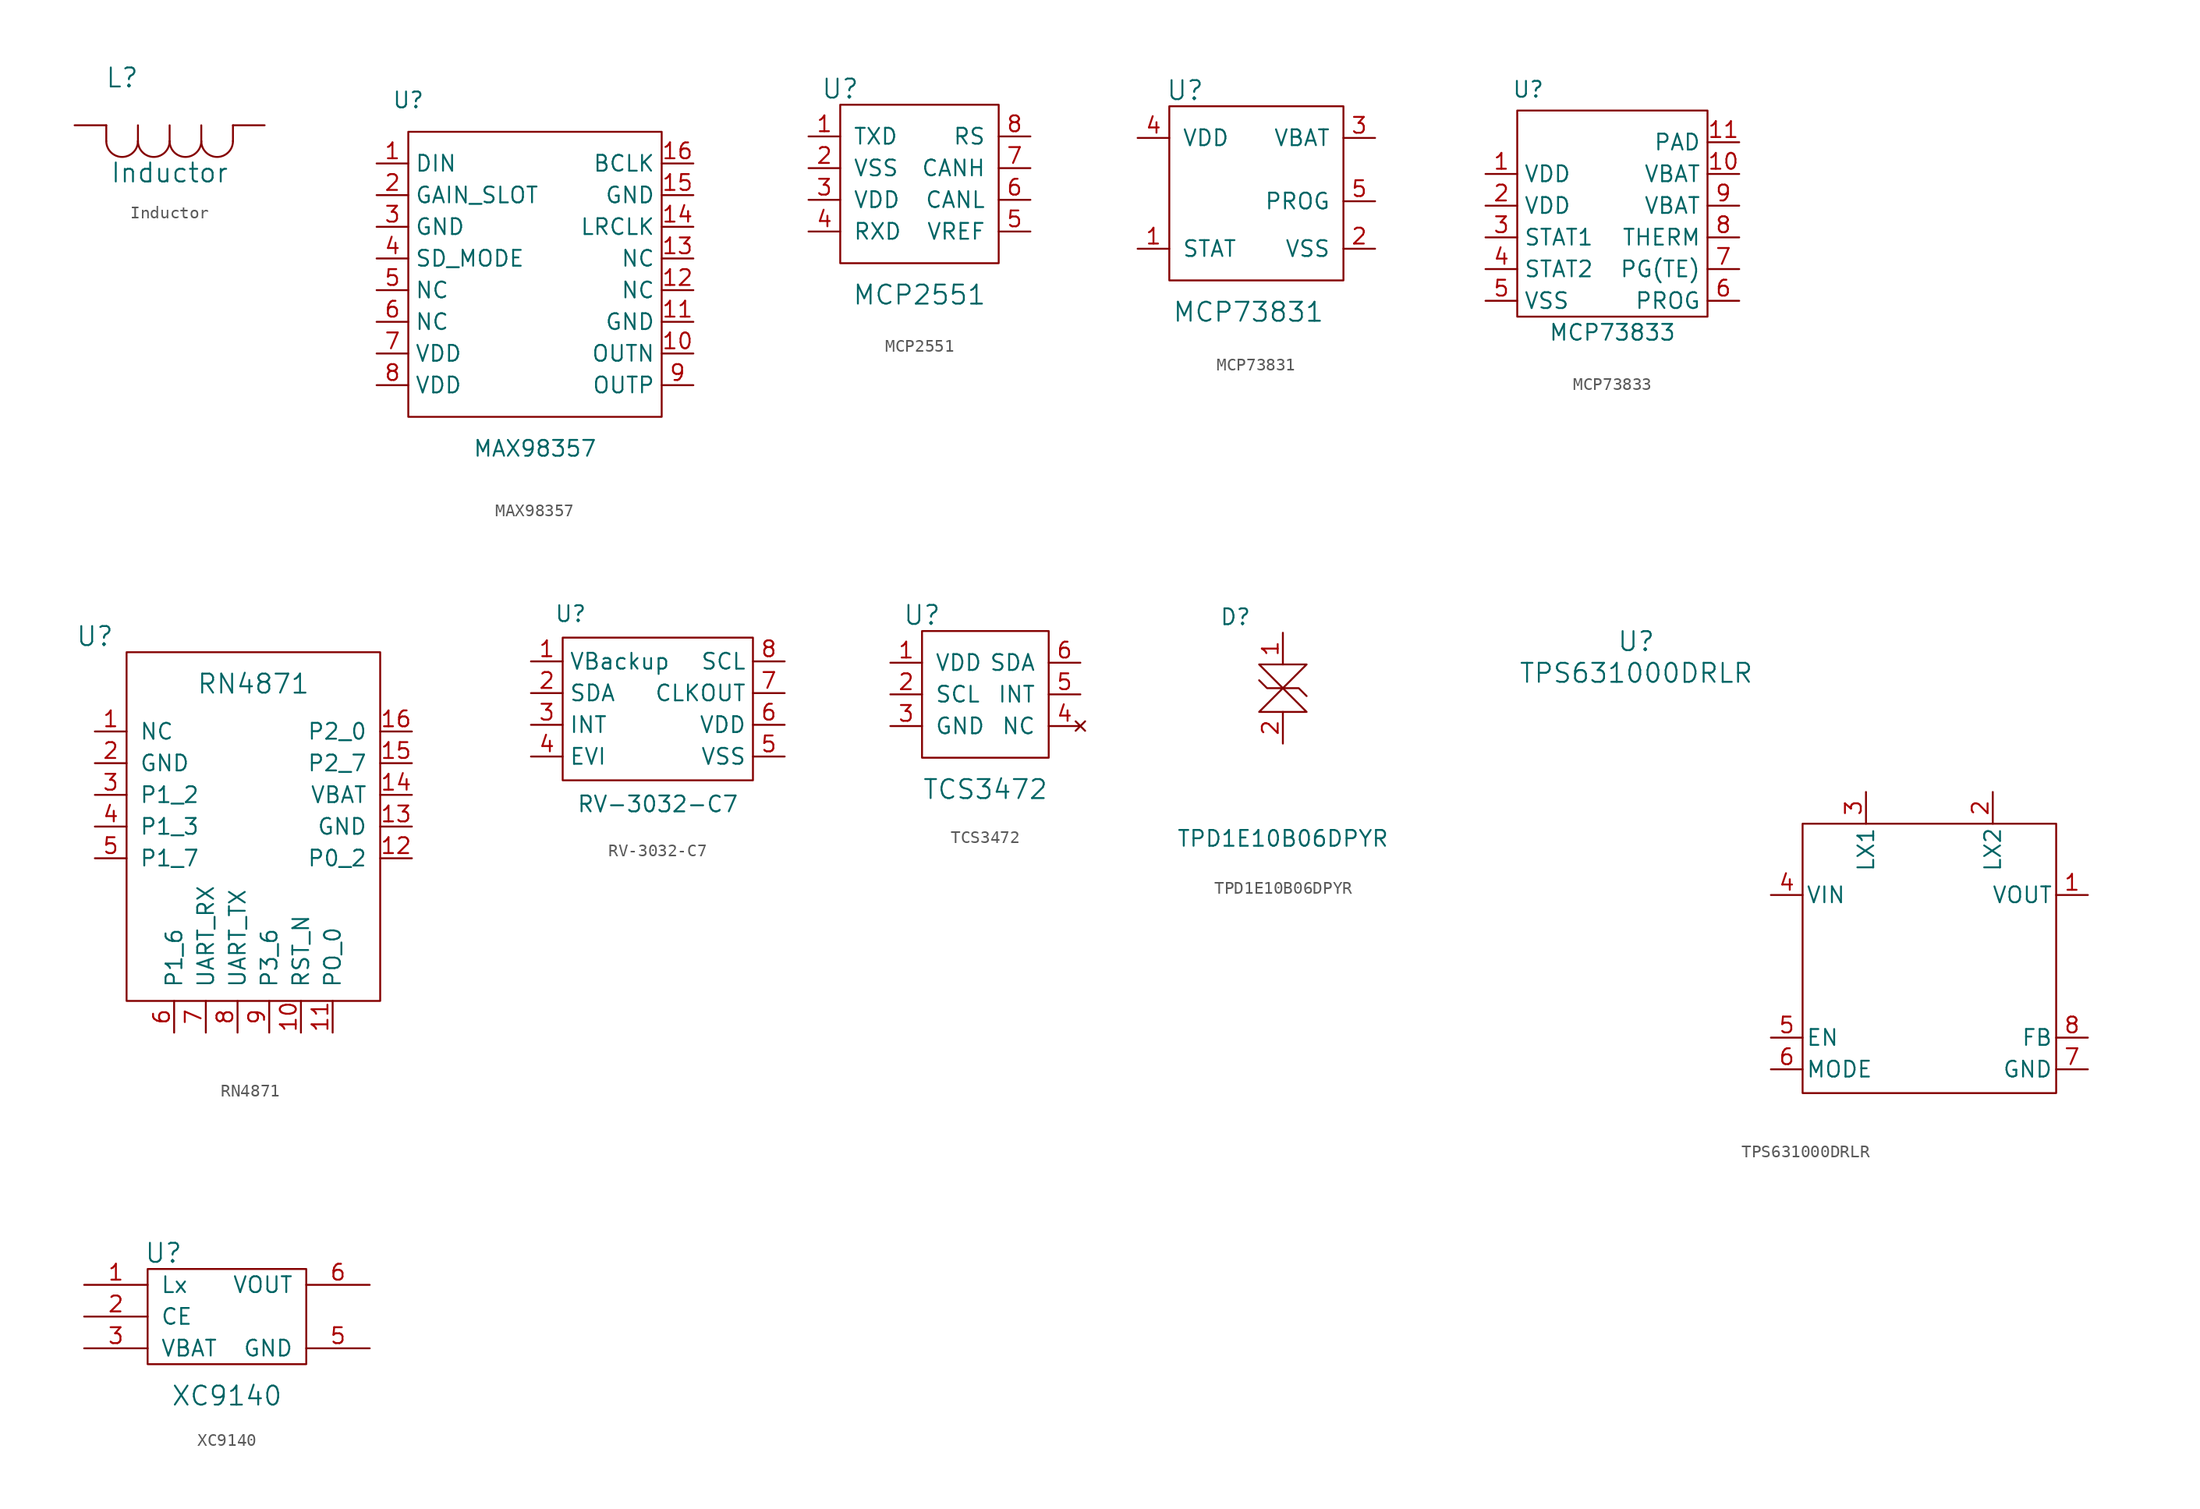
<source format=kicad_sym>
(kicad_symbol_lib
  (version 20231120)
  (generator "kicad_symbol_editor")
  (generator_version "8.0")
  (symbol "Inductor"
    (pin_names
      (offset 1.016))
    (property "Reference" "L"
      (at -3.81 3.81 0)
      (effects (font (size 1.524 1.524))))
    (property "Value" "Inductor"
      (at 0 -3.81 0)
      (effects (font (size 1.524 1.524))))
    (symbol "Inductor_0_1"
      (arc (start -5.08 -1.27) (mid -3.81 -2.5344) (end -2.54 -1.27) (stroke (width 0) (type default)) (fill (type none)))
      (arc (start -2.54 -1.27) (mid -1.27 -2.5344) (end 0 -1.27) (stroke (width 0) (type default)) (fill (type none)))
      (arc (start 0 -1.27) (mid 1.27 -2.5344) (end 2.54 -1.27) (stroke (width 0) (type default)) (fill (type none)))
      (polyline (pts (xy -5.08 0) (xy -5.08 -1.27)) (stroke (width 0) (type default)) (fill (type none)))
      (polyline (pts (xy -2.54 -1.27) (xy -2.54 0)) (stroke (width 0) (type default)) (fill (type none)))
      (polyline (pts (xy 0 -1.27) (xy 0 0)) (stroke (width 0) (type default)) (fill (type none)))
      (polyline (pts (xy 2.54 -1.27) (xy 2.54 0)) (stroke (width 0) (type default)) (fill (type none)))
      (polyline (pts (xy 5.08 -1.27) (xy 5.08 0)) (stroke (width 0) (type default)) (fill (type none)))
      (arc (start 2.54 -1.27) (mid 3.81 -2.5344) (end 5.08 -1.27) (stroke (width 0) (type default)) (fill (type none))))
    (symbol "Inductor_1_1"
      (pin input line (at -7.62 0 0) (length 2.54) (name "~" (effects (font (size 1.27 1.27)))) (number "1" (effects (font (size 0 0)))))
      (pin input line (at 7.62 0 180) (length 2.54) (name "~" (effects (font (size 1.27 1.27)))) (number "2" (effects (font (size 0 0)))))))
  (symbol "MAX98357"
    (property "Reference" "U"
      (at -10.16 12.7 0)
      (effects (font (size 1.27 1.27))))
    (property "Value" "MAX98357"
      (at 0 -15.24 0)
      (effects (font (size 1.27 1.27))))
    (symbol "MAX98357_0_1"
      (rectangle (start -10.16 10.16) (end 10.16 -12.7) (stroke (width 0) (type default)) (fill (type none))))
    (symbol "MAX98357_1_1"
      (pin input line (at -12.7 7.62 0) (length 2.54) (name "DIN" (effects (font (size 1.27 1.27)))) (number "1" (effects (font (size 1.27 1.27)))))
      (pin input line (at 12.7 -7.62 180) (length 2.54) (name "OUTN" (effects (font (size 1.27 1.27)))) (number "10" (effects (font (size 1.27 1.27)))))
      (pin input line (at 12.7 -5.08 180) (length 2.54) (name "GND" (effects (font (size 1.27 1.27)))) (number "11" (effects (font (size 1.27 1.27)))))
      (pin input line (at 12.7 -2.54 180) (length 2.54) (name "NC" (effects (font (size 1.27 1.27)))) (number "12" (effects (font (size 1.27 1.27)))))
      (pin input line (at 12.7 0 180) (length 2.54) (name "NC" (effects (font (size 1.27 1.27)))) (number "13" (effects (font (size 1.27 1.27)))))
      (pin input line (at 12.7 2.54 180) (length 2.54) (name "LRCLK" (effects (font (size 1.27 1.27)))) (number "14" (effects (font (size 1.27 1.27)))))
      (pin input line (at 12.7 5.08 180) (length 2.54) (name "GND" (effects (font (size 1.27 1.27)))) (number "15" (effects (font (size 1.27 1.27)))))
      (pin input line (at 12.7 7.62 180) (length 2.54) (name "BCLK" (effects (font (size 1.27 1.27)))) (number "16" (effects (font (size 1.27 1.27)))))
      (pin input line (at -12.7 5.08 0) (length 2.54) (name "GAIN_SLOT" (effects (font (size 1.27 1.27)))) (number "2" (effects (font (size 1.27 1.27)))))
      (pin input line (at -12.7 2.54 0) (length 2.54) (name "GND" (effects (font (size 1.27 1.27)))) (number "3" (effects (font (size 1.27 1.27)))))
      (pin input line (at -12.7 0 0) (length 2.54) (name "SD_MODE" (effects (font (size 1.27 1.27)))) (number "4" (effects (font (size 1.27 1.27)))))
      (pin input line (at -12.7 -2.54 0) (length 2.54) (name "NC" (effects (font (size 1.27 1.27)))) (number "5" (effects (font (size 1.27 1.27)))))
      (pin input line (at -12.7 -5.08 0) (length 2.54) (name "NC" (effects (font (size 1.27 1.27)))) (number "6" (effects (font (size 1.27 1.27)))))
      (pin input line (at -12.7 -7.62 0) (length 2.54) (name "VDD" (effects (font (size 1.27 1.27)))) (number "7" (effects (font (size 1.27 1.27)))))
      (pin input line (at -12.7 -10.16 0) (length 2.54) (name "VDD" (effects (font (size 1.27 1.27)))) (number "8" (effects (font (size 1.27 1.27)))))
      (pin input line (at 12.7 -10.16 180) (length 2.54) (name "OUTP" (effects (font (size 1.27 1.27)))) (number "9" (effects (font (size 1.27 1.27)))))))
  (symbol "MCP2551"
    (pin_names
      (offset 1.016))
    (property "Reference" "U"
      (at -6.35 7.62 0)
      (effects (font (size 1.524 1.524))))
    (property "Value" "MCP2551"
      (at 0 -8.89 0)
      (effects (font (size 1.524 1.524))))
    (symbol "MCP2551_0_1"
      (rectangle (start -6.35 6.35) (end 6.35 -6.35) (stroke (width 0) (type default)) (fill (type none))))
    (symbol "MCP2551_1_1"
      (pin input line (at -8.89 3.81 0) (length 2.54) (name "TXD" (effects (font (size 1.27 1.27)))) (number "1" (effects (font (size 1.27 1.27)))))
      (pin input line (at -8.89 1.27 0) (length 2.54) (name "VSS" (effects (font (size 1.27 1.27)))) (number "2" (effects (font (size 1.27 1.27)))))
      (pin input line (at -8.89 -1.27 0) (length 2.54) (name "VDD" (effects (font (size 1.27 1.27)))) (number "3" (effects (font (size 1.27 1.27)))))
      (pin input line (at -8.89 -3.81 0) (length 2.54) (name "RXD" (effects (font (size 1.27 1.27)))) (number "4" (effects (font (size 1.27 1.27)))))
      (pin input line (at 8.89 -3.81 180) (length 2.54) (name "VREF" (effects (font (size 1.27 1.27)))) (number "5" (effects (font (size 1.27 1.27)))))
      (pin input line (at 8.89 -1.27 180) (length 2.54) (name "CANL" (effects (font (size 1.27 1.27)))) (number "6" (effects (font (size 1.27 1.27)))))
      (pin input line (at 8.89 1.27 180) (length 2.54) (name "CANH" (effects (font (size 1.27 1.27)))) (number "7" (effects (font (size 1.27 1.27)))))
      (pin input line (at 8.89 3.81 180) (length 2.54) (name "RS" (effects (font (size 1.27 1.27)))) (number "8" (effects (font (size 1.27 1.27)))))))
  (symbol "MCP73831"
    (pin_names
      (offset 1.016))
    (property "Reference" "U"
      (at -5.08 8.89 0)
      (effects (font (size 1.524 1.524))))
    (property "Value" "MCP73831"
      (at 0 -8.89 0)
      (effects (font (size 1.524 1.524))))
    (symbol "MCP73831_0_1"
      (rectangle (start -6.35 7.62) (end 7.62 -6.35) (stroke (width 0) (type default)) (fill (type none))))
    (symbol "MCP73831_1_1"
      (pin input line (at -8.89 -3.81 0) (length 2.54) (name "STAT" (effects (font (size 1.27 1.27)))) (number "1" (effects (font (size 1.27 1.27)))))
      (pin input line (at 10.16 -3.81 180) (length 2.54) (name "VSS" (effects (font (size 1.27 1.27)))) (number "2" (effects (font (size 1.27 1.27)))))
      (pin input line (at 10.16 5.08 180) (length 2.54) (name "VBAT" (effects (font (size 1.27 1.27)))) (number "3" (effects (font (size 1.27 1.27)))))
      (pin input line (at -8.89 5.08 0) (length 2.54) (name "VDD" (effects (font (size 1.27 1.27)))) (number "4" (effects (font (size 1.27 1.27)))))
      (pin input line (at 10.16 0 180) (length 2.54) (name "PROG" (effects (font (size 1.27 1.27)))) (number "5" (effects (font (size 1.27 1.27)))))))
  (symbol "MCP73833"
    (property "Reference" "U"
      (at -6.741 11.845 0)
      (effects (font (size 1.27 1.27))))
    (property "Value" "MCP73833"
      (at 0 -7.62 0)
      (effects (font (size 1.27 1.27))))
    (symbol "MCP73833_0_1"
      (rectangle (start -7.62 10.16) (end 7.62 -6.35) (stroke (width 0) (type default)) (fill (type none))))
    (symbol "MCP73833_1_1"
      (pin input line (at -10.16 5.08 0) (length 2.54) (name "VDD" (effects (font (size 1.27 1.27)))) (number "1" (effects (font (size 1.27 1.27)))))
      (pin input line (at 10.16 5.08 180) (length 2.54) (name "VBAT" (effects (font (size 1.27 1.27)))) (number "10" (effects (font (size 1.27 1.27)))))
      (pin input line (at 10.16 7.62 180) (length 2.54) (name "PAD" (effects (font (size 1.27 1.27)))) (number "11" (effects (font (size 1.27 1.27)))))
      (pin input line (at -10.16 2.54 0) (length 2.54) (name "VDD" (effects (font (size 1.27 1.27)))) (number "2" (effects (font (size 1.27 1.27)))))
      (pin input line (at -10.16 0 0) (length 2.54) (name "STAT1" (effects (font (size 1.27 1.27)))) (number "3" (effects (font (size 1.27 1.27)))))
      (pin input line (at -10.16 -2.54 0) (length 2.54) (name "STAT2" (effects (font (size 1.27 1.27)))) (number "4" (effects (font (size 1.27 1.27)))))
      (pin input line (at -10.16 -5.08 0) (length 2.54) (name "VSS" (effects (font (size 1.27 1.27)))) (number "5" (effects (font (size 1.27 1.27)))))
      (pin input line (at 10.16 -5.08 180) (length 2.54) (name "PROG" (effects (font (size 1.27 1.27)))) (number "6" (effects (font (size 1.27 1.27)))))
      (pin input line (at 10.16 -2.54 180) (length 2.54) (name "PG(TE)" (effects (font (size 1.27 1.27)))) (number "7" (effects (font (size 1.27 1.27)))))
      (pin input line (at 10.16 0 180) (length 2.54) (name "THERM" (effects (font (size 1.27 1.27)))) (number "8" (effects (font (size 1.27 1.27)))))
      (pin input line (at 10.16 2.54 180) (length 2.54) (name "VBAT" (effects (font (size 1.27 1.27)))) (number "9" (effects (font (size 1.27 1.27)))))))
  (symbol "RN4871"
    (pin_names
      (offset 1.016))
    (property "Reference" "U"
      (at -8.89 16.51 0)
      (effects (font (size 1.524 1.524))))
    (property "Value" "RN4871"
      (at 3.81 12.7 0)
      (effects (font (size 1.524 1.524))))
    (symbol "RN4871_0_1"
      (rectangle (start 13.97 -12.7) (end -6.35 15.24) (stroke (width 0) (type default)) (fill (type none))))
    (symbol "RN4871_1_1"
      (pin input line (at -8.89 8.89 0) (length 2.54) (name "NC" (effects (font (size 1.27 1.27)))) (number "1" (effects (font (size 1.27 1.27)))))
      (pin input line (at 7.62 -15.24 90) (length 2.54) (name "RST_N" (effects (font (size 1.27 1.27)))) (number "10" (effects (font (size 1.27 1.27)))))
      (pin input line (at 10.16 -15.24 90) (length 2.54) (name "PO_0" (effects (font (size 1.27 1.27)))) (number "11" (effects (font (size 1.27 1.27)))))
      (pin input line (at 16.51 -1.27 180) (length 2.54) (name "P0_2" (effects (font (size 1.27 1.27)))) (number "12" (effects (font (size 1.27 1.27)))))
      (pin input line (at 16.51 1.27 180) (length 2.54) (name "GND" (effects (font (size 1.27 1.27)))) (number "13" (effects (font (size 1.27 1.27)))))
      (pin input line (at 16.51 3.81 180) (length 2.54) (name "VBAT" (effects (font (size 1.27 1.27)))) (number "14" (effects (font (size 1.27 1.27)))))
      (pin input line (at 16.51 6.35 180) (length 2.54) (name "P2_7" (effects (font (size 1.27 1.27)))) (number "15" (effects (font (size 1.27 1.27)))))
      (pin input line (at 16.51 8.89 180) (length 2.54) (name "P2_0" (effects (font (size 1.27 1.27)))) (number "16" (effects (font (size 1.27 1.27)))))
      (pin input line (at -8.89 6.35 0) (length 2.54) (name "GND" (effects (font (size 1.27 1.27)))) (number "2" (effects (font (size 1.27 1.27)))))
      (pin input line (at -8.89 3.81 0) (length 2.54) (name "P1_2" (effects (font (size 1.27 1.27)))) (number "3" (effects (font (size 1.27 1.27)))))
      (pin input line (at -8.89 1.27 0) (length 2.54) (name "P1_3" (effects (font (size 1.27 1.27)))) (number "4" (effects (font (size 1.27 1.27)))))
      (pin input line (at -8.89 -1.27 0) (length 2.54) (name "P1_7" (effects (font (size 1.27 1.27)))) (number "5" (effects (font (size 1.27 1.27)))))
      (pin input line (at -2.54 -15.24 90) (length 2.54) (name "P1_6" (effects (font (size 1.27 1.27)))) (number "6" (effects (font (size 1.27 1.27)))))
      (pin input line (at 0 -15.24 90) (length 2.54) (name "UART_RX" (effects (font (size 1.27 1.27)))) (number "7" (effects (font (size 1.27 1.27)))))
      (pin input line (at 2.54 -15.24 90) (length 2.54) (name "UART_TX" (effects (font (size 1.27 1.27)))) (number "8" (effects (font (size 1.27 1.27)))))
      (pin input line (at 5.08 -15.24 90) (length 2.54) (name "P3_6" (effects (font (size 1.27 1.27)))) (number "9" (effects (font (size 1.27 1.27)))))))
  (symbol "RV-3032-C7"
    (property "Reference" "U"
      (at -6.985 7.62 0)
      (effects (font (size 1.27 1.27))))
    (property "Value" "RV-3032-C7"
      (at 0 -7.62 0)
      (effects (font (size 1.27 1.27))))
    (symbol "RV-3032-C7_0_1"
      (rectangle (start -7.62 5.715) (end 7.62 -5.715) (stroke (width 0) (type default)) (fill (type none))))
    (symbol "RV-3032-C7_1_1"
      (pin input line (at -10.16 3.81 0) (length 2.54) (name "VBackup" (effects (font (size 1.27 1.27)))) (number "1" (effects (font (size 1.27 1.27)))))
      (pin input line (at -10.16 1.27 0) (length 2.54) (name "SDA" (effects (font (size 1.27 1.27)))) (number "2" (effects (font (size 1.27 1.27)))))
      (pin input line (at -10.16 -1.27 0) (length 2.54) (name "INT" (effects (font (size 1.27 1.27)))) (number "3" (effects (font (size 1.27 1.27)))))
      (pin input line (at -10.16 -3.81 0) (length 2.54) (name "EVI" (effects (font (size 1.27 1.27)))) (number "4" (effects (font (size 1.27 1.27)))))
      (pin input line (at 10.16 -3.81 180) (length 2.54) (name "VSS" (effects (font (size 1.27 1.27)))) (number "5" (effects (font (size 1.27 1.27)))))
      (pin input line (at 10.16 -1.27 180) (length 2.54) (name "VDD" (effects (font (size 1.27 1.27)))) (number "6" (effects (font (size 1.27 1.27)))))
      (pin input line (at 10.16 1.27 180) (length 2.54) (name "CLKOUT" (effects (font (size 1.27 1.27)))) (number "7" (effects (font (size 1.27 1.27)))))
      (pin input line (at 10.16 3.81 180) (length 2.54) (name "SCL" (effects (font (size 1.27 1.27)))) (number "8" (effects (font (size 1.27 1.27)))))))
  (symbol "TCS3472"
    (pin_names
      (offset 1.016))
    (property "Reference" "U"
      (at -5.08 7.62 0)
      (effects (font (size 1.524 1.524))))
    (property "Value" "TCS3472"
      (at 0 -6.35 0)
      (effects (font (size 1.524 1.524))))
    (symbol "TCS3472_0_1"
      (rectangle (start -5.08 6.35) (end 5.08 -3.81) (stroke (width 0) (type default)) (fill (type none))))
    (symbol "TCS3472_1_1"
      (pin input line (at -7.62 3.81 0) (length 2.54) (name "VDD" (effects (font (size 1.27 1.27)))) (number "1" (effects (font (size 1.27 1.27)))))
      (pin input line (at -7.62 1.27 0) (length 2.54) (name "SCL" (effects (font (size 1.27 1.27)))) (number "2" (effects (font (size 1.27 1.27)))))
      (pin unspecified line (at -7.62 -1.27 0) (length 2.54) (name "GND" (effects (font (size 1.27 1.27)))) (number "3" (effects (font (size 1.27 1.27)))))
      (pin no_connect line (at 7.62 -1.27 180) (length 2.54) (name "NC" (effects (font (size 1.27 1.27)))) (number "4" (effects (font (size 1.27 1.27)))))
      (pin output line (at 7.62 1.27 180) (length 2.54) (name "INT" (effects (font (size 1.27 1.27)))) (number "5" (effects (font (size 1.27 1.27)))))
      (pin bidirectional line (at 7.62 3.81 180) (length 2.54) (name "SDA" (effects (font (size 1.27 1.27)))) (number "6" (effects (font (size 1.27 1.27)))))))
  (symbol "TPD1E10B06DPYR"
    (property "Reference" "D"
      (at -3.81 5.715 0)
      (effects (font (size 1.27 1.27))))
    (property "Value" "TPD1E10B06DPYR"
      (at 0 -12.065 0)
      (effects (font (size 1.27 1.27))))
    (symbol "TPD1E10B06DPYR_0_1"
      (polyline (pts (xy 0 0) (xy 1.27 0) (xy 1.905 -0.635)) (stroke (width 0) (type default)) (fill (type none)))
      (polyline (pts (xy 0 0) (xy -1.905 1.905) (xy 1.905 1.905) (xy 0 0)) (stroke (width 0) (type default)) (fill (type none)))
      (polyline (pts (xy 0 0) (xy -1.905 -1.905) (xy 1.27 -1.905) (xy 1.905 -1.905) (xy 0 0) (xy -1.27 0) (xy -1.905 0.635)) (stroke (width 0) (type default)) (fill (type none))))
    (symbol "TPD1E10B06DPYR_1_1"
      (pin input line (at 0 4.445 270) (length 2.54) (name "" (effects (font (size 1.27 1.27)))) (number "1" (effects (font (size 1.27 1.27)))))
      (pin input line (at 0 -4.445 90) (length 2.54) (name "" (effects (font (size 1.27 1.27)))) (number "2" (effects (font (size 1.27 1.27)))))))
  (symbol "TPS631000DRLR"
    (pin_names
      (offset 0.254))
    (property "Reference" "U"
      (at -23.495 24.765 0)
      (effects (font (size 1.524 1.524))))
    (property "Value" "TPS631000DRLR"
      (at -23.495 22.225 0)
      (effects (font (size 1.524 1.524))))
    (property "ki_locked" ""
      (at 0 0 0)
      (effects (font (size 1.27 1.27))))
    (symbol "TPS631000DRLR_0_1"
      (rectangle (start -10.16 10.16) (end 10.16 -11.43) (stroke (width 0) (type default)) (fill (type none))))
    (symbol "TPS631000DRLR_1_1"
      (pin power_in line (at 12.7 4.445 180) (length 2.54) (name "VOUT" (effects (font (size 1.27 1.27)))) (number "1" (effects (font (size 1.27 1.27)))))
      (pin power_in line (at 5.08 12.7 270) (length 2.54) (name "LX2" (effects (font (size 1.27 1.27)))) (number "2" (effects (font (size 1.27 1.27)))))
      (pin power_in line (at -5.08 12.7 270) (length 2.54) (name "LX1" (effects (font (size 1.27 1.27)))) (number "3" (effects (font (size 1.27 1.27)))))
      (pin power_in line (at -12.7 4.445 0) (length 2.54) (name "VIN" (effects (font (size 1.27 1.27)))) (number "4" (effects (font (size 1.27 1.27)))))
      (pin input line (at -12.7 -6.985 0) (length 2.54) (name "EN" (effects (font (size 1.27 1.27)))) (number "5" (effects (font (size 1.27 1.27)))))
      (pin input line (at -12.7 -9.525 0) (length 2.54) (name "MODE" (effects (font (size 1.27 1.27)))) (number "6" (effects (font (size 1.27 1.27)))))
      (pin power_in line (at 12.7 -9.525 180) (length 2.54) (name "GND" (effects (font (size 1.27 1.27)))) (number "7" (effects (font (size 1.27 1.27)))))
      (pin input line (at 12.7 -6.985 180) (length 2.54) (name "FB" (effects (font (size 1.27 1.27)))) (number "8" (effects (font (size 1.27 1.27)))))))
  (symbol "XC9140"
    (pin_names
      (offset 1.016))
    (property "Reference" "U"
      (at -5.08 5.08 0)
      (effects (font (size 1.524 1.524))))
    (property "Value" "XC9140"
      (at 0 -6.35 0)
      (effects (font (size 1.524 1.524))))
    (symbol "XC9140_0_1"
      (rectangle (start -6.35 3.81) (end 6.35 -3.81) (stroke (width 0) (type default)) (fill (type none))))
    (symbol "XC9140_1_1"
      (pin input line (at -11.43 2.54 0) (length 5.08) (name "Lx" (effects (font (size 1.27 1.27)))) (number "1" (effects (font (size 1.27 1.27)))))
      (pin input line (at -11.43 0 0) (length 5.08) (name "CE" (effects (font (size 1.27 1.27)))) (number "2" (effects (font (size 1.27 1.27)))))
      (pin input line (at -11.43 -2.54 0) (length 5.08) (name "VBAT" (effects (font (size 1.27 1.27)))) (number "3" (effects (font (size 1.27 1.27)))))
      (pin input line (at 11.43 -2.54 180) (length 5.08) (name "GND" (effects (font (size 1.27 1.27)))) (number "5" (effects (font (size 1.27 1.27)))))
      (pin input line (at 11.43 2.54 180) (length 5.08) (name "VOUT" (effects (font (size 1.27 1.27)))) (number "6" (effects (font (size 1.27 1.27))))))))
</source>
